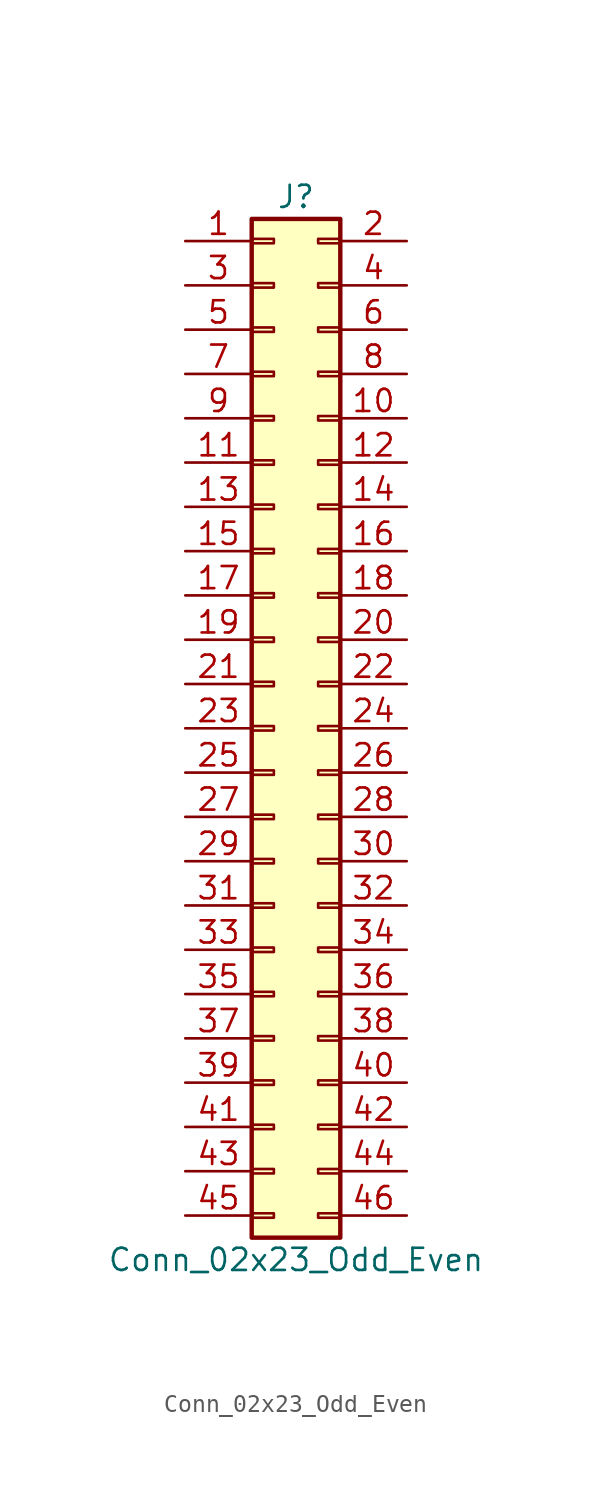
<source format=kicad_sym>
(kicad_symbol_lib
  (version 20220914)
  (generator kicad_symbol_editor)
  (symbol "Conn_02x23_Odd_Even"
    (pin_names
      (offset 1.016) hide)
    (property "Reference" "J"
      (at 1.27 30.48 0)
      (effects (font (size 1.27 1.27))))
    (property "Value" "Conn_02x23_Odd_Even"
      (at 1.27 -30.48 0)
      (effects (font (size 1.27 1.27))))
    (symbol "Conn_02x23_Odd_Even_1_1"
      (rectangle (start -1.27 -27.813) (end 0 -28.067) (stroke (width 0.152) (type default)) (fill (type none)))
      (rectangle (start -1.27 -25.273) (end 0 -25.527) (stroke (width 0.152) (type default)) (fill (type none)))
      (rectangle (start -1.27 -22.733) (end 0 -22.987) (stroke (width 0.152) (type default)) (fill (type none)))
      (rectangle (start -1.27 -20.193) (end 0 -20.447) (stroke (width 0.152) (type default)) (fill (type none)))
      (rectangle (start -1.27 -17.653) (end 0 -17.907) (stroke (width 0.152) (type default)) (fill (type none)))
      (rectangle (start -1.27 -15.113) (end 0 -15.367) (stroke (width 0.152) (type default)) (fill (type none)))
      (rectangle (start -1.27 -12.573) (end 0 -12.827) (stroke (width 0.152) (type default)) (fill (type none)))
      (rectangle (start -1.27 -10.033) (end 0 -10.287) (stroke (width 0.152) (type default)) (fill (type none)))
      (rectangle (start -1.27 -7.493) (end 0 -7.747) (stroke (width 0.152) (type default)) (fill (type none)))
      (rectangle (start -1.27 -4.953) (end 0 -5.207) (stroke (width 0.152) (type default)) (fill (type none)))
      (rectangle (start -1.27 -2.413) (end 0 -2.667) (stroke (width 0.152) (type default)) (fill (type none)))
      (rectangle (start -1.27 0.127) (end 0 -0.127) (stroke (width 0.152) (type default)) (fill (type none)))
      (rectangle (start -1.27 2.667) (end 0 2.413) (stroke (width 0.152) (type default)) (fill (type none)))
      (rectangle (start -1.27 5.207) (end 0 4.953) (stroke (width 0.152) (type default)) (fill (type none)))
      (rectangle (start -1.27 7.747) (end 0 7.493) (stroke (width 0.152) (type default)) (fill (type none)))
      (rectangle (start -1.27 10.287) (end 0 10.033) (stroke (width 0.152) (type default)) (fill (type none)))
      (rectangle (start -1.27 12.827) (end 0 12.573) (stroke (width 0.152) (type default)) (fill (type none)))
      (rectangle (start -1.27 15.367) (end 0 15.113) (stroke (width 0.152) (type default)) (fill (type none)))
      (rectangle (start -1.27 17.907) (end 0 17.653) (stroke (width 0.152) (type default)) (fill (type none)))
      (rectangle (start -1.27 20.447) (end 0 20.193) (stroke (width 0.152) (type default)) (fill (type none)))
      (rectangle (start -1.27 22.987) (end 0 22.733) (stroke (width 0.152) (type default)) (fill (type none)))
      (rectangle (start -1.27 25.527) (end 0 25.273) (stroke (width 0.152) (type default)) (fill (type none)))
      (rectangle (start -1.27 28.067) (end 0 27.813) (stroke (width 0.152) (type default)) (fill (type none)))
      (rectangle (start -1.27 29.21) (end 3.81 -29.21) (stroke (width 0.254) (type default)) (fill (type background)))
      (rectangle (start 3.81 -27.813) (end 2.54 -28.067) (stroke (width 0.152) (type default)) (fill (type none)))
      (rectangle (start 3.81 -25.273) (end 2.54 -25.527) (stroke (width 0.152) (type default)) (fill (type none)))
      (rectangle (start 3.81 -22.733) (end 2.54 -22.987) (stroke (width 0.152) (type default)) (fill (type none)))
      (rectangle (start 3.81 -20.193) (end 2.54 -20.447) (stroke (width 0.152) (type default)) (fill (type none)))
      (rectangle (start 3.81 -17.653) (end 2.54 -17.907) (stroke (width 0.152) (type default)) (fill (type none)))
      (rectangle (start 3.81 -15.113) (end 2.54 -15.367) (stroke (width 0.152) (type default)) (fill (type none)))
      (rectangle (start 3.81 -12.573) (end 2.54 -12.827) (stroke (width 0.152) (type default)) (fill (type none)))
      (rectangle (start 3.81 -10.033) (end 2.54 -10.287) (stroke (width 0.152) (type default)) (fill (type none)))
      (rectangle (start 3.81 -7.493) (end 2.54 -7.747) (stroke (width 0.152) (type default)) (fill (type none)))
      (rectangle (start 3.81 -4.953) (end 2.54 -5.207) (stroke (width 0.152) (type default)) (fill (type none)))
      (rectangle (start 3.81 -2.413) (end 2.54 -2.667) (stroke (width 0.152) (type default)) (fill (type none)))
      (rectangle (start 3.81 0.127) (end 2.54 -0.127) (stroke (width 0.152) (type default)) (fill (type none)))
      (rectangle (start 3.81 2.667) (end 2.54 2.413) (stroke (width 0.152) (type default)) (fill (type none)))
      (rectangle (start 3.81 5.207) (end 2.54 4.953) (stroke (width 0.152) (type default)) (fill (type none)))
      (rectangle (start 3.81 7.747) (end 2.54 7.493) (stroke (width 0.152) (type default)) (fill (type none)))
      (rectangle (start 3.81 10.287) (end 2.54 10.033) (stroke (width 0.152) (type default)) (fill (type none)))
      (rectangle (start 3.81 12.827) (end 2.54 12.573) (stroke (width 0.152) (type default)) (fill (type none)))
      (rectangle (start 3.81 15.367) (end 2.54 15.113) (stroke (width 0.152) (type default)) (fill (type none)))
      (rectangle (start 3.81 17.907) (end 2.54 17.653) (stroke (width 0.152) (type default)) (fill (type none)))
      (rectangle (start 3.81 20.447) (end 2.54 20.193) (stroke (width 0.152) (type default)) (fill (type none)))
      (rectangle (start 3.81 22.987) (end 2.54 22.733) (stroke (width 0.152) (type default)) (fill (type none)))
      (rectangle (start 3.81 25.527) (end 2.54 25.273) (stroke (width 0.152) (type default)) (fill (type none)))
      (rectangle (start 3.81 28.067) (end 2.54 27.813) (stroke (width 0.152) (type default)) (fill (type none)))
      (pin passive line (at -5.08 27.94 0) (length 3.81) (name "Pin_1" (effects (font (size 1.27 1.27)))) (number "1" (effects (font (size 1.27 1.27)))))
      (pin passive line (at 7.62 17.78 180) (length 3.81) (name "Pin_10" (effects (font (size 1.27 1.27)))) (number "10" (effects (font (size 1.27 1.27)))))
      (pin passive line (at -5.08 15.24 0) (length 3.81) (name "Pin_11" (effects (font (size 1.27 1.27)))) (number "11" (effects (font (size 1.27 1.27)))))
      (pin passive line (at 7.62 15.24 180) (length 3.81) (name "Pin_12" (effects (font (size 1.27 1.27)))) (number "12" (effects (font (size 1.27 1.27)))))
      (pin passive line (at -5.08 12.7 0) (length 3.81) (name "Pin_13" (effects (font (size 1.27 1.27)))) (number "13" (effects (font (size 1.27 1.27)))))
      (pin passive line (at 7.62 12.7 180) (length 3.81) (name "Pin_14" (effects (font (size 1.27 1.27)))) (number "14" (effects (font (size 1.27 1.27)))))
      (pin passive line (at -5.08 10.16 0) (length 3.81) (name "Pin_15" (effects (font (size 1.27 1.27)))) (number "15" (effects (font (size 1.27 1.27)))))
      (pin passive line (at 7.62 10.16 180) (length 3.81) (name "Pin_16" (effects (font (size 1.27 1.27)))) (number "16" (effects (font (size 1.27 1.27)))))
      (pin passive line (at -5.08 7.62 0) (length 3.81) (name "Pin_17" (effects (font (size 1.27 1.27)))) (number "17" (effects (font (size 1.27 1.27)))))
      (pin passive line (at 7.62 7.62 180) (length 3.81) (name "Pin_18" (effects (font (size 1.27 1.27)))) (number "18" (effects (font (size 1.27 1.27)))))
      (pin passive line (at -5.08 5.08 0) (length 3.81) (name "Pin_19" (effects (font (size 1.27 1.27)))) (number "19" (effects (font (size 1.27 1.27)))))
      (pin passive line (at 7.62 27.94 180) (length 3.81) (name "Pin_2" (effects (font (size 1.27 1.27)))) (number "2" (effects (font (size 1.27 1.27)))))
      (pin passive line (at 7.62 5.08 180) (length 3.81) (name "Pin_20" (effects (font (size 1.27 1.27)))) (number "20" (effects (font (size 1.27 1.27)))))
      (pin passive line (at -5.08 2.54 0) (length 3.81) (name "Pin_21" (effects (font (size 1.27 1.27)))) (number "21" (effects (font (size 1.27 1.27)))))
      (pin passive line (at 7.62 2.54 180) (length 3.81) (name "Pin_22" (effects (font (size 1.27 1.27)))) (number "22" (effects (font (size 1.27 1.27)))))
      (pin passive line (at -5.08 0 0) (length 3.81) (name "Pin_23" (effects (font (size 1.27 1.27)))) (number "23" (effects (font (size 1.27 1.27)))))
      (pin passive line (at 7.62 0 180) (length 3.81) (name "Pin_24" (effects (font (size 1.27 1.27)))) (number "24" (effects (font (size 1.27 1.27)))))
      (pin passive line (at -5.08 -2.54 0) (length 3.81) (name "Pin_25" (effects (font (size 1.27 1.27)))) (number "25" (effects (font (size 1.27 1.27)))))
      (pin passive line (at 7.62 -2.54 180) (length 3.81) (name "Pin_26" (effects (font (size 1.27 1.27)))) (number "26" (effects (font (size 1.27 1.27)))))
      (pin passive line (at -5.08 -5.08 0) (length 3.81) (name "Pin_27" (effects (font (size 1.27 1.27)))) (number "27" (effects (font (size 1.27 1.27)))))
      (pin passive line (at 7.62 -5.08 180) (length 3.81) (name "Pin_28" (effects (font (size 1.27 1.27)))) (number "28" (effects (font (size 1.27 1.27)))))
      (pin passive line (at -5.08 -7.62 0) (length 3.81) (name "Pin_29" (effects (font (size 1.27 1.27)))) (number "29" (effects (font (size 1.27 1.27)))))
      (pin passive line (at -5.08 25.4 0) (length 3.81) (name "Pin_3" (effects (font (size 1.27 1.27)))) (number "3" (effects (font (size 1.27 1.27)))))
      (pin passive line (at 7.62 -7.62 180) (length 3.81) (name "Pin_30" (effects (font (size 1.27 1.27)))) (number "30" (effects (font (size 1.27 1.27)))))
      (pin passive line (at -5.08 -10.16 0) (length 3.81) (name "Pin_31" (effects (font (size 1.27 1.27)))) (number "31" (effects (font (size 1.27 1.27)))))
      (pin passive line (at 7.62 -10.16 180) (length 3.81) (name "Pin_32" (effects (font (size 1.27 1.27)))) (number "32" (effects (font (size 1.27 1.27)))))
      (pin passive line (at -5.08 -12.7 0) (length 3.81) (name "Pin_33" (effects (font (size 1.27 1.27)))) (number "33" (effects (font (size 1.27 1.27)))))
      (pin passive line (at 7.62 -12.7 180) (length 3.81) (name "Pin_34" (effects (font (size 1.27 1.27)))) (number "34" (effects (font (size 1.27 1.27)))))
      (pin passive line (at -5.08 -15.24 0) (length 3.81) (name "Pin_35" (effects (font (size 1.27 1.27)))) (number "35" (effects (font (size 1.27 1.27)))))
      (pin passive line (at 7.62 -15.24 180) (length 3.81) (name "Pin_36" (effects (font (size 1.27 1.27)))) (number "36" (effects (font (size 1.27 1.27)))))
      (pin passive line (at -5.08 -17.78 0) (length 3.81) (name "Pin_37" (effects (font (size 1.27 1.27)))) (number "37" (effects (font (size 1.27 1.27)))))
      (pin passive line (at 7.62 -17.78 180) (length 3.81) (name "Pin_38" (effects (font (size 1.27 1.27)))) (number "38" (effects (font (size 1.27 1.27)))))
      (pin passive line (at -5.08 -20.32 0) (length 3.81) (name "Pin_39" (effects (font (size 1.27 1.27)))) (number "39" (effects (font (size 1.27 1.27)))))
      (pin passive line (at 7.62 25.4 180) (length 3.81) (name "Pin_4" (effects (font (size 1.27 1.27)))) (number "4" (effects (font (size 1.27 1.27)))))
      (pin passive line (at 7.62 -20.32 180) (length 3.81) (name "Pin_40" (effects (font (size 1.27 1.27)))) (number "40" (effects (font (size 1.27 1.27)))))
      (pin passive line (at -5.08 -22.86 0) (length 3.81) (name "Pin_41" (effects (font (size 1.27 1.27)))) (number "41" (effects (font (size 1.27 1.27)))))
      (pin passive line (at 7.62 -22.86 180) (length 3.81) (name "Pin_42" (effects (font (size 1.27 1.27)))) (number "42" (effects (font (size 1.27 1.27)))))
      (pin passive line (at -5.08 -25.4 0) (length 3.81) (name "Pin_43" (effects (font (size 1.27 1.27)))) (number "43" (effects (font (size 1.27 1.27)))))
      (pin passive line (at 7.62 -25.4 180) (length 3.81) (name "Pin_44" (effects (font (size 1.27 1.27)))) (number "44" (effects (font (size 1.27 1.27)))))
      (pin passive line (at -5.08 -27.94 0) (length 3.81) (name "Pin_45" (effects (font (size 1.27 1.27)))) (number "45" (effects (font (size 1.27 1.27)))))
      (pin passive line (at 7.62 -27.94 180) (length 3.81) (name "Pin_46" (effects (font (size 1.27 1.27)))) (number "46" (effects (font (size 1.27 1.27)))))
      (pin passive line (at -5.08 22.86 0) (length 3.81) (name "Pin_5" (effects (font (size 1.27 1.27)))) (number "5" (effects (font (size 1.27 1.27)))))
      (pin passive line (at 7.62 22.86 180) (length 3.81) (name "Pin_6" (effects (font (size 1.27 1.27)))) (number "6" (effects (font (size 1.27 1.27)))))
      (pin passive line (at -5.08 20.32 0) (length 3.81) (name "Pin_7" (effects (font (size 1.27 1.27)))) (number "7" (effects (font (size 1.27 1.27)))))
      (pin passive line (at 7.62 20.32 180) (length 3.81) (name "Pin_8" (effects (font (size 1.27 1.27)))) (number "8" (effects (font (size 1.27 1.27)))))
      (pin passive line (at -5.08 17.78 0) (length 3.81) (name "Pin_9" (effects (font (size 1.27 1.27)))) (number "9" (effects (font (size 1.27 1.27))))))))
</source>
